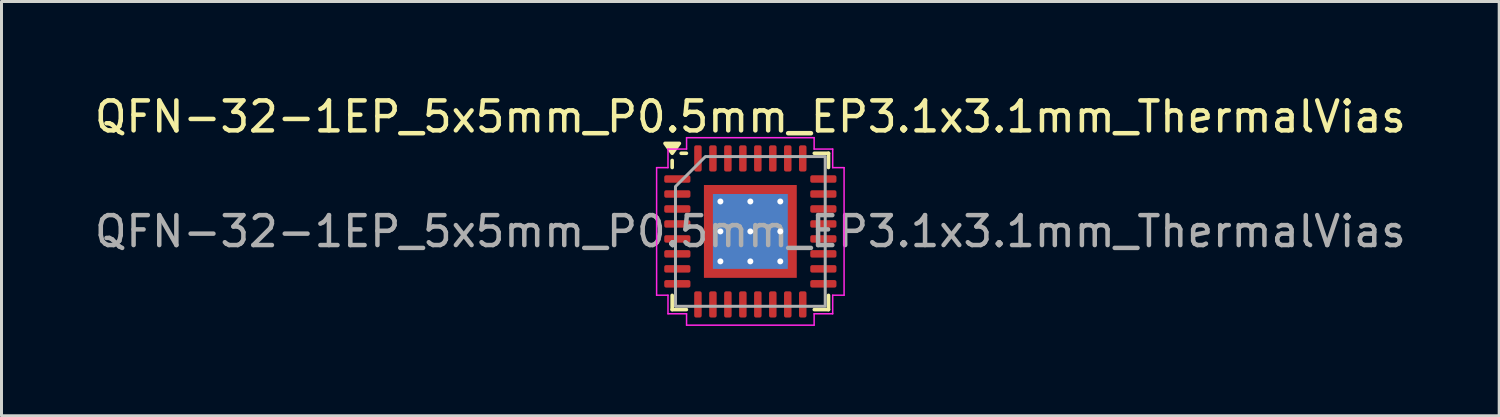
<source format=kicad_pcb>
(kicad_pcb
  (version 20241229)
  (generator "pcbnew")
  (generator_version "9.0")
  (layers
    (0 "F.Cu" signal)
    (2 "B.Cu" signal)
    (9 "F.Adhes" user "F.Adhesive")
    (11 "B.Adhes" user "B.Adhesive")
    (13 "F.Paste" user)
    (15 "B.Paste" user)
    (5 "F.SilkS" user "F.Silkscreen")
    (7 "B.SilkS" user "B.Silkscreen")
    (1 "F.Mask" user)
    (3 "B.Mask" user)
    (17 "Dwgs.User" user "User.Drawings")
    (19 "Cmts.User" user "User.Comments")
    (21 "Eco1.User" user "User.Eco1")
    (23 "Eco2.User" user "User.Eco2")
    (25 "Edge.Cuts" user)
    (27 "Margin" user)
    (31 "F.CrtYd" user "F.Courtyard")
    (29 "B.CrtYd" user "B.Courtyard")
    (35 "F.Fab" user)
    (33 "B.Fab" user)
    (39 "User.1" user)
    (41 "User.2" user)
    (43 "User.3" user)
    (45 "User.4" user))
  (footprint "QFN-32-1EP_5x5mm_P0.5mm_EP3.1x3.1mm_ThermalVias"
    (layer "F.Cu")
    (at 22.006 4.678)
    (property "Reference" "QFN-32-1EP_5x5mm_P0.5mm_EP3.1x3.1mm_ThermalVias" (at 0 -3.83 0) (layer "F.SilkS") (effects (font (size 1 1) (thickness 0.15))))
    (attr smd)
    (fp_line (start -2.61 -2.135) (end -2.61 -2.37) (stroke (width 0.12) (type solid)) (layer "F.SilkS"))
    (fp_line (start -2.61 2.61) (end -2.61 2.135) (stroke (width 0.12) (type solid)) (layer "F.SilkS"))
    (fp_line (start -2.135 -2.61) (end -2.31 -2.61) (stroke (width 0.12) (type solid)) (layer "F.SilkS"))
    (fp_line (start -2.135 2.61) (end -2.61 2.61) (stroke (width 0.12) (type solid)) (layer "F.SilkS"))
    (fp_line (start 2.135 -2.61) (end 2.61 -2.61) (stroke (width 0.12) (type solid)) (layer "F.SilkS"))
    (fp_line (start 2.135 2.61) (end 2.61 2.61) (stroke (width 0.12) (type solid)) (layer "F.SilkS"))
    (fp_line (start 2.61 -2.61) (end 2.61 -2.135) (stroke (width 0.12) (type solid)) (layer "F.SilkS"))
    (fp_line (start 2.61 2.61) (end 2.61 2.135) (stroke (width 0.12) (type solid)) (layer "F.SilkS"))
    (fp_poly (pts (xy -2.61 -2.61) (xy -2.85 -2.94) (xy -2.37 -2.94)) (stroke (width 0.12) (type solid)) (fill yes) (layer "F.SilkS"))
    (fp_line (start -3.13 -2.13) (end -2.75 -2.13) (stroke (width 0.05) (type solid)) (layer "F.CrtYd"))
    (fp_line (start -3.13 2.13) (end -3.13 -2.13) (stroke (width 0.05) (type solid)) (layer "F.CrtYd"))
    (fp_line (start -2.75 -2.75) (end -2.13 -2.75) (stroke (width 0.05) (type solid)) (layer "F.CrtYd"))
    (fp_line (start -2.75 -2.13) (end -2.75 -2.75) (stroke (width 0.05) (type solid)) (layer "F.CrtYd"))
    (fp_line (start -2.75 2.13) (end -3.13 2.13) (stroke (width 0.05) (type solid)) (layer "F.CrtYd"))
    (fp_line (start -2.75 2.75) (end -2.75 2.13) (stroke (width 0.05) (type solid)) (layer "F.CrtYd"))
    (fp_line (start -2.13 -3.13) (end 2.13 -3.13) (stroke (width 0.05) (type solid)) (layer "F.CrtYd"))
    (fp_line (start -2.13 -2.75) (end -2.13 -3.13) (stroke (width 0.05) (type solid)) (layer "F.CrtYd"))
    (fp_line (start -2.13 2.75) (end -2.75 2.75) (stroke (width 0.05) (type solid)) (layer "F.CrtYd"))
    (fp_line (start -2.13 3.13) (end -2.13 2.75) (stroke (width 0.05) (type solid)) (layer "F.CrtYd"))
    (fp_line (start 2.13 -3.13) (end 2.13 -2.75) (stroke (width 0.05) (type solid)) (layer "F.CrtYd"))
    (fp_line (start 2.13 -2.75) (end 2.75 -2.75) (stroke (width 0.05) (type solid)) (layer "F.CrtYd"))
    (fp_line (start 2.13 2.75) (end 2.13 3.13) (stroke (width 0.05) (type solid)) (layer "F.CrtYd"))
    (fp_line (start 2.13 3.13) (end -2.13 3.13) (stroke (width 0.05) (type solid)) (layer "F.CrtYd"))
    (fp_line (start 2.75 -2.75) (end 2.75 -2.13) (stroke (width 0.05) (type solid)) (layer "F.CrtYd"))
    (fp_line (start 2.75 -2.13) (end 3.13 -2.13) (stroke (width 0.05) (type solid)) (layer "F.CrtYd"))
    (fp_line (start 2.75 2.13) (end 2.75 2.75) (stroke (width 0.05) (type solid)) (layer "F.CrtYd"))
    (fp_line (start 2.75 2.75) (end 2.13 2.75) (stroke (width 0.05) (type solid)) (layer "F.CrtYd"))
    (fp_line (start 3.13 -2.13) (end 3.13 2.13) (stroke (width 0.05) (type solid)) (layer "F.CrtYd"))
    (fp_line (start 3.13 2.13) (end 2.75 2.13) (stroke (width 0.05) (type solid)) (layer "F.CrtYd"))
    (fp_poly (pts (xy -2.5 -1.5) (xy -2.5 2.5) (xy 2.5 2.5) (xy 2.5 -2.5) (xy -1.5 -2.5)) (stroke (width 0.1) (type solid)) (fill no) (layer "F.Fab"))
    (fp_text user "${REFERENCE}" (at 0 0 0) (layer "F.Fab") (effects (font (size 1 1) (thickness 0.15))))
    (pad "" smd roundrect (at -1.03 -1.03) (size 0.83 0.83) (layers "F.Paste") (roundrect_rratio 0.25))
    (pad "" smd roundrect (at -1.03 0) (size 0.83 0.83) (layers "F.Paste") (roundrect_rratio 0.25))
    (pad "" smd roundrect (at -1.03 1.03) (size 0.83 0.83) (layers "F.Paste") (roundrect_rratio 0.25))
    (pad "" smd roundrect (at 0 -1.03) (size 0.83 0.83) (layers "F.Paste") (roundrect_rratio 0.25))
    (pad "" smd roundrect (at 0 0) (size 0.83 0.83) (layers "F.Paste") (roundrect_rratio 0.25))
    (pad "" smd roundrect (at 0 1.03) (size 0.83 0.83) (layers "F.Paste") (roundrect_rratio 0.25))
    (pad "" smd roundrect (at 1.03 -1.03) (size 0.83 0.83) (layers "F.Paste") (roundrect_rratio 0.25))
    (pad "" smd roundrect (at 1.03 0) (size 0.83 0.83) (layers "F.Paste") (roundrect_rratio 0.25))
    (pad "" smd roundrect (at 1.03 1.03) (size 0.83 0.83) (layers "F.Paste") (roundrect_rratio 0.25))
    (pad "1" smd roundrect (at -2.438 -1.75) (size 0.875 0.25) (layers "F.Cu" "F.Mask" "F.Paste") (roundrect_rratio 0.25))
    (pad "2" smd roundrect (at -2.438 -1.25) (size 0.875 0.25) (layers "F.Cu" "F.Mask" "F.Paste") (roundrect_rratio 0.25))
    (pad "3" smd roundrect (at -2.438 -0.75) (size 0.875 0.25) (layers "F.Cu" "F.Mask" "F.Paste") (roundrect_rratio 0.25))
    (pad "4" smd roundrect (at -2.438 -0.25) (size 0.875 0.25) (layers "F.Cu" "F.Mask" "F.Paste") (roundrect_rratio 0.25))
    (pad "5" smd roundrect (at -2.438 0.25) (size 0.875 0.25) (layers "F.Cu" "F.Mask" "F.Paste") (roundrect_rratio 0.25))
    (pad "6" smd roundrect (at -2.438 0.75) (size 0.875 0.25) (layers "F.Cu" "F.Mask" "F.Paste") (roundrect_rratio 0.25))
    (pad "7" smd roundrect (at -2.438 1.25) (size 0.875 0.25) (layers "F.Cu" "F.Mask" "F.Paste") (roundrect_rratio 0.25))
    (pad "8" smd roundrect (at -2.438 1.75) (size 0.875 0.25) (layers "F.Cu" "F.Mask" "F.Paste") (roundrect_rratio 0.25))
    (pad "9" smd roundrect (at -1.75 2.438) (size 0.25 0.875) (layers "F.Cu" "F.Mask" "F.Paste") (roundrect_rratio 0.25))
    (pad "10" smd roundrect (at -1.25 2.438) (size 0.25 0.875) (layers "F.Cu" "F.Mask" "F.Paste") (roundrect_rratio 0.25))
    (pad "11" smd roundrect (at -0.75 2.438) (size 0.25 0.875) (layers "F.Cu" "F.Mask" "F.Paste") (roundrect_rratio 0.25))
    (pad "12" smd roundrect (at -0.25 2.438) (size 0.25 0.875) (layers "F.Cu" "F.Mask" "F.Paste") (roundrect_rratio 0.25))
    (pad "13" smd roundrect (at 0.25 2.438) (size 0.25 0.875) (layers "F.Cu" "F.Mask" "F.Paste") (roundrect_rratio 0.25))
    (pad "14" smd roundrect (at 0.75 2.438) (size 0.25 0.875) (layers "F.Cu" "F.Mask" "F.Paste") (roundrect_rratio 0.25))
    (pad "15" smd roundrect (at 1.25 2.438) (size 0.25 0.875) (layers "F.Cu" "F.Mask" "F.Paste") (roundrect_rratio 0.25))
    (pad "16" smd roundrect (at 1.75 2.438) (size 0.25 0.875) (layers "F.Cu" "F.Mask" "F.Paste") (roundrect_rratio 0.25))
    (pad "17" smd roundrect (at 2.438 1.75) (size 0.875 0.25) (layers "F.Cu" "F.Mask" "F.Paste") (roundrect_rratio 0.25))
    (pad "18" smd roundrect (at 2.438 1.25) (size 0.875 0.25) (layers "F.Cu" "F.Mask" "F.Paste") (roundrect_rratio 0.25))
    (pad "19" smd roundrect (at 2.438 0.75) (size 0.875 0.25) (layers "F.Cu" "F.Mask" "F.Paste") (roundrect_rratio 0.25))
    (pad "20" smd roundrect (at 2.438 0.25) (size 0.875 0.25) (layers "F.Cu" "F.Mask" "F.Paste") (roundrect_rratio 0.25))
    (pad "21" smd roundrect (at 2.438 -0.25) (size 0.875 0.25) (layers "F.Cu" "F.Mask" "F.Paste") (roundrect_rratio 0.25))
    (pad "22" smd roundrect (at 2.438 -0.75) (size 0.875 0.25) (layers "F.Cu" "F.Mask" "F.Paste") (roundrect_rratio 0.25))
    (pad "23" smd roundrect (at 2.438 -1.25) (size 0.875 0.25) (layers "F.Cu" "F.Mask" "F.Paste") (roundrect_rratio 0.25))
    (pad "24" smd roundrect (at 2.438 -1.75) (size 0.875 0.25) (layers "F.Cu" "F.Mask" "F.Paste") (roundrect_rratio 0.25))
    (pad "25" smd roundrect (at 1.75 -2.438) (size 0.25 0.875) (layers "F.Cu" "F.Mask" "F.Paste") (roundrect_rratio 0.25))
    (pad "26" smd roundrect (at 1.25 -2.438) (size 0.25 0.875) (layers "F.Cu" "F.Mask" "F.Paste") (roundrect_rratio 0.25))
    (pad "27" smd roundrect (at 0.75 -2.438) (size 0.25 0.875) (layers "F.Cu" "F.Mask" "F.Paste") (roundrect_rratio 0.25))
    (pad "28" smd roundrect (at 0.25 -2.438) (size 0.25 0.875) (layers "F.Cu" "F.Mask" "F.Paste") (roundrect_rratio 0.25))
    (pad "29" smd roundrect (at -0.25 -2.438) (size 0.25 0.875) (layers "F.Cu" "F.Mask" "F.Paste") (roundrect_rratio 0.25))
    (pad "30" smd roundrect (at -0.75 -2.438) (size 0.25 0.875) (layers "F.Cu" "F.Mask" "F.Paste") (roundrect_rratio 0.25))
    (pad "31" smd roundrect (at -1.25 -2.438) (size 0.25 0.875) (layers "F.Cu" "F.Mask" "F.Paste") (roundrect_rratio 0.25))
    (pad "32" smd roundrect (at -1.75 -2.438) (size 0.25 0.875) (layers "F.Cu" "F.Mask" "F.Paste") (roundrect_rratio 0.25))
    (pad "33" thru_hole circle (at -1 -1) (size 0.5 0.5) (drill 0.2) (property pad_prop_heatsink) (layers "*.Cu"))
    (pad "33" thru_hole circle (at -1 0) (size 0.5 0.5) (drill 0.2) (property pad_prop_heatsink) (layers "*.Cu"))
    (pad "33" thru_hole circle (at -1 1) (size 0.5 0.5) (drill 0.2) (property pad_prop_heatsink) (layers "*.Cu"))
    (pad "33" thru_hole circle (at 0 -1) (size 0.5 0.5) (drill 0.2) (property pad_prop_heatsink) (layers "*.Cu"))
    (pad "33" thru_hole circle (at 0 0) (size 0.5 0.5) (drill 0.2) (property pad_prop_heatsink) (layers "*.Cu"))
    (pad "33" smd rect (at 0 0) (size 2.5 2.5) (property pad_prop_heatsink) (layers "B.Cu"))
    (pad "33" smd rect (at 0 0) (size 3.1 3.1) (property pad_prop_heatsink) (layers "F.Cu" "F.Mask"))
    (pad "33" thru_hole circle (at 0 1) (size 0.5 0.5) (drill 0.2) (property pad_prop_heatsink) (layers "*.Cu"))
    (pad "33" thru_hole circle (at 1 -1) (size 0.5 0.5) (drill 0.2) (property pad_prop_heatsink) (layers "*.Cu"))
    (pad "33" thru_hole circle (at 1 0) (size 0.5 0.5) (drill 0.2) (property pad_prop_heatsink) (layers "*.Cu"))
    (pad "33" thru_hole circle (at 1 1) (size 0.5 0.5) (drill 0.2) (property pad_prop_heatsink) (layers "*.Cu")))
  (gr_rect
    (start -3 -3)
    (end 47.012 10.833)
    (stroke (width 0.1) (type default))
    (fill no)
    (layer "Edge.Cuts")))
</source>
